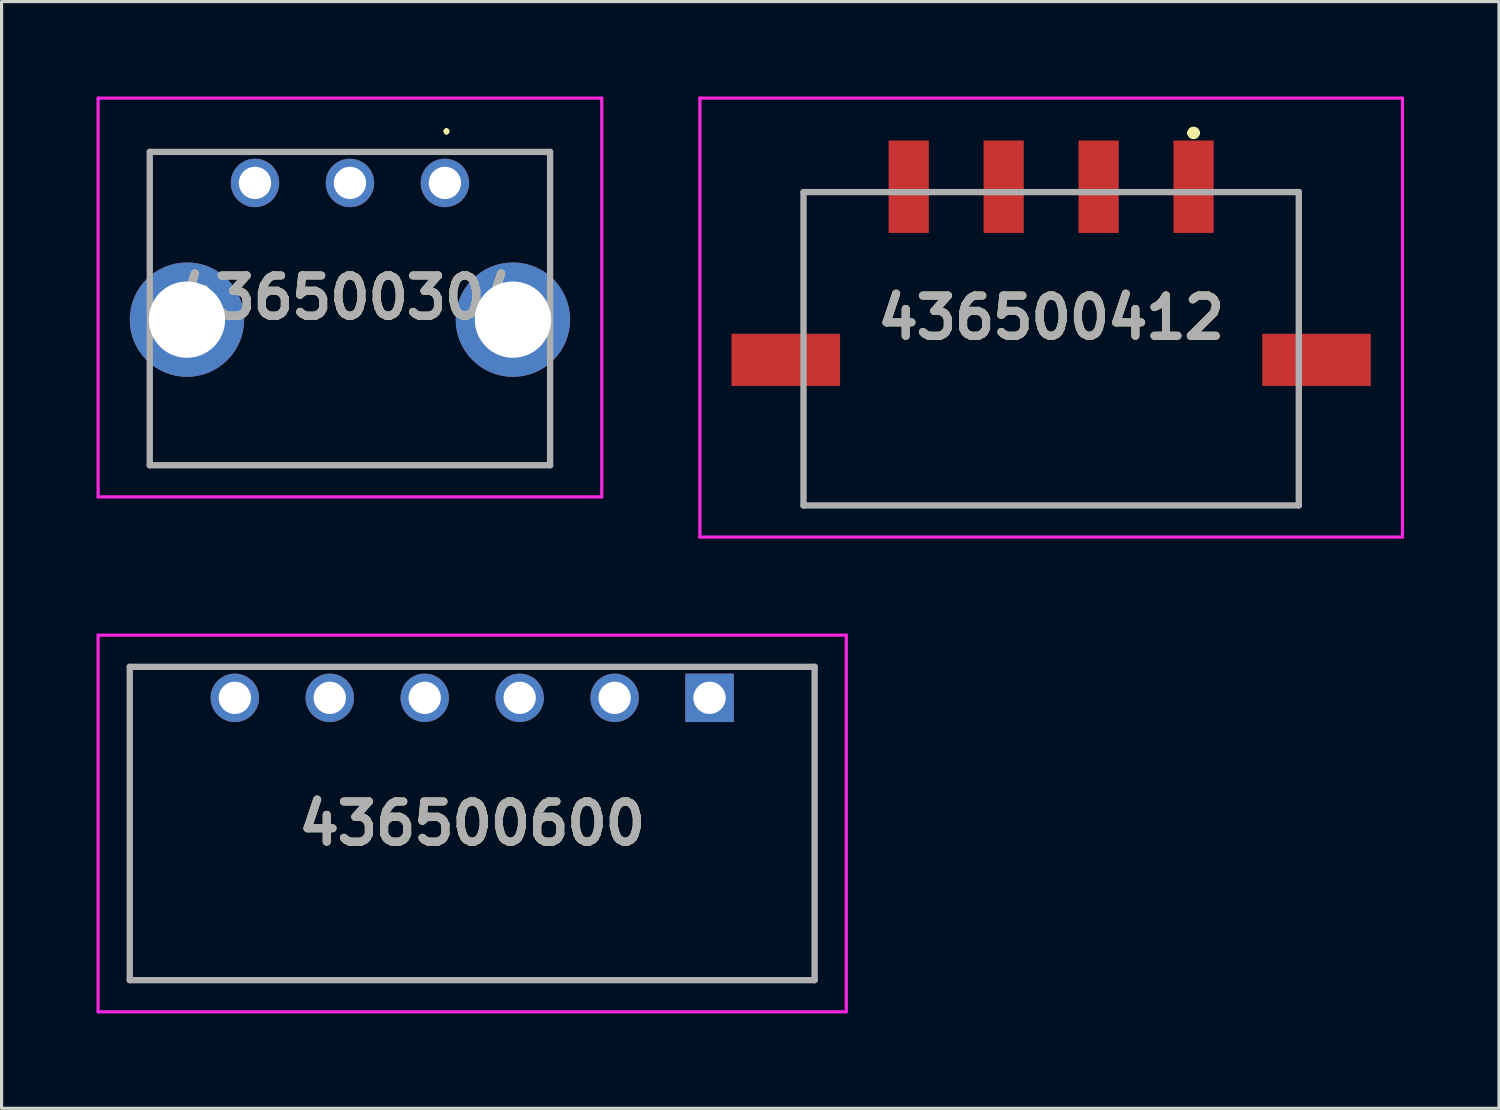
<source format=kicad_pcb>
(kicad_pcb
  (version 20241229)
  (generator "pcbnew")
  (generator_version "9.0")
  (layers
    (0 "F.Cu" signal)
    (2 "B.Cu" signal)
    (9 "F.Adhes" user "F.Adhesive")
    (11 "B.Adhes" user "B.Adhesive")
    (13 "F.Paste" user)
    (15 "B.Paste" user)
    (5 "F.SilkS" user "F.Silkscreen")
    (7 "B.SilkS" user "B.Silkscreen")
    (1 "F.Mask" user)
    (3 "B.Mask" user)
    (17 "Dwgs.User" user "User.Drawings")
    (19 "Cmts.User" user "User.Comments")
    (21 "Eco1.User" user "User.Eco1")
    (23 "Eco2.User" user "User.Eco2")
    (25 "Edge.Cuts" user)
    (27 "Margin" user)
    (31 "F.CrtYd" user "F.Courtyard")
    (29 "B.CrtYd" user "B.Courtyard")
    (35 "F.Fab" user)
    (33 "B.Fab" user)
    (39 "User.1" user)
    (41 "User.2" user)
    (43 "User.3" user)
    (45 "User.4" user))
  (footprint "436500412"
    (layer "F.Cu")
    (at 30.164 6.985)
    (property "Reference" "436500412" (at 0 0 0) (layer "F.SilkS") (effects (font (size 1.27 1.27) (thickness 0.254))))
    (attr smd)
    (fp_line (start -7.825 -3.965) (end -6 -3.965) (stroke (width 0.1) (type solid)) (layer "F.SilkS"))
    (fp_line (start -7.825 -0.135) (end -7.825 -3.965) (stroke (width 0.1) (type solid)) (layer "F.SilkS"))
    (fp_line (start -7.825 2.365) (end -7.825 5.935) (stroke (width 0.1) (type solid)) (layer "F.SilkS"))
    (fp_line (start -7.825 5.935) (end 7.825 5.935) (stroke (width 0.1) (type solid)) (layer "F.SilkS"))
    (fp_line (start 4.4 -5.835) (end 4.4 -5.835) (stroke (width 0.2) (type solid)) (layer "F.SilkS"))
    (fp_line (start 4.6 -5.835) (end 4.6 -5.835) (stroke (width 0.2) (type solid)) (layer "F.SilkS"))
    (fp_line (start 6 -3.965) (end 7.825 -3.965) (stroke (width 0.1) (type solid)) (layer "F.SilkS"))
    (fp_line (start 7.825 -3.965) (end 7.825 -0.135) (stroke (width 0.1) (type solid)) (layer "F.SilkS"))
    (fp_line (start 7.825 5.935) (end 7.825 2.365) (stroke (width 0.1) (type solid)) (layer "F.SilkS"))
    (fp_arc (start 4.4 -5.835) (mid 4.5 -5.935) (end 4.6 -5.835) (stroke (width 0.2) (type solid)) (layer "F.SilkS"))
    (fp_arc (start 4.6 -5.835) (mid 4.5 -5.735) (end 4.4 -5.835) (stroke (width 0.2) (type solid)) (layer "F.SilkS"))
    (fp_line (start -11.1 -6.935) (end 11.1 -6.935) (stroke (width 0.1) (type solid)) (layer "F.CrtYd"))
    (fp_line (start -11.1 6.935) (end -11.1 -6.935) (stroke (width 0.1) (type solid)) (layer "F.CrtYd"))
    (fp_line (start 11.1 -6.935) (end 11.1 6.935) (stroke (width 0.1) (type solid)) (layer "F.CrtYd"))
    (fp_line (start 11.1 6.935) (end -11.1 6.935) (stroke (width 0.1) (type solid)) (layer "F.CrtYd"))
    (fp_line (start -7.825 -3.965) (end 7.825 -3.965) (stroke (width 0.2) (type solid)) (layer "F.Fab"))
    (fp_line (start -7.825 5.935) (end -7.825 -3.965) (stroke (width 0.2) (type solid)) (layer "F.Fab"))
    (fp_line (start 7.825 -3.965) (end 7.825 5.935) (stroke (width 0.2) (type solid)) (layer "F.Fab"))
    (fp_line (start 7.825 5.935) (end -7.825 5.935) (stroke (width 0.2) (type solid)) (layer "F.Fab"))
    (fp_text user "${REFERENCE}" (at 0 0 0) (layer "F.Fab") (effects (font (size 1.27 1.27) (thickness 0.254))))
    (pad "1" smd rect (at 4.5 -4.135) (size 1.27 2.92) (layers "F.Cu" "F.Mask" "F.Paste"))
    (pad "2" smd rect (at 1.5 -4.135) (size 1.27 2.92) (layers "F.Cu" "F.Mask" "F.Paste"))
    (pad "3" smd rect (at -1.5 -4.135) (size 1.27 2.92) (layers "F.Cu" "F.Mask" "F.Paste"))
    (pad "4" smd rect (at -4.5 -4.135) (size 1.27 2.92) (layers "F.Cu" "F.Mask" "F.Paste"))
    (pad "5" smd rect (at -8.385 1.335 90) (size 1.65 3.43) (layers "F.Cu" "F.Mask" "F.Paste"))
    (pad "6" smd rect (at 8.385 1.335 90) (size 1.65 3.43) (layers "F.Cu" "F.Mask" "F.Paste")))
  (footprint "436500600"
    (layer "F.Cu")
    (at 19.37 19)
    (property "Reference" "436500600" (at -7.5 3.97 0) (layer "F.SilkS") (effects (font (size 1.27 1.27) (thickness 0.254))))
    (attr through_hole)
    (fp_line (start -18.32 -0.98) (end -18.32 -0.98) (stroke (width 0.1) (type solid)) (layer "F.SilkS"))
    (fp_line (start -18.32 -0.98) (end -18.32 -0.98) (stroke (width 0.1) (type solid)) (layer "F.SilkS"))
    (fp_line (start -18.32 -0.98) (end -18.32 8.92) (stroke (width 0.1) (type solid)) (layer "F.SilkS"))
    (fp_line (start -18.32 -0.98) (end -16.25 -0.98) (stroke (width 0.1) (type solid)) (layer "F.SilkS"))
    (fp_line (start -18.32 8.92) (end -18.32 -0.98) (stroke (width 0.1) (type solid)) (layer "F.SilkS"))
    (fp_line (start -18.32 8.92) (end -18.32 8.92) (stroke (width 0.1) (type solid)) (layer "F.SilkS"))
    (fp_line (start -18.32 8.92) (end -18.32 8.92) (stroke (width 0.1) (type solid)) (layer "F.SilkS"))
    (fp_line (start -18.32 8.92) (end 3.32 8.92) (stroke (width 0.1) (type solid)) (layer "F.SilkS"))
    (fp_line (start -16.25 -0.98) (end -18.32 -0.98) (stroke (width 0.1) (type solid)) (layer "F.SilkS"))
    (fp_line (start -16.25 -0.98) (end -16.25 -0.98) (stroke (width 0.1) (type solid)) (layer "F.SilkS"))
    (fp_line (start 1.25 -0.98) (end 1.25 -0.98) (stroke (width 0.1) (type solid)) (layer "F.SilkS"))
    (fp_line (start 1.25 -0.98) (end 3.25 -0.98) (stroke (width 0.1) (type solid)) (layer "F.SilkS"))
    (fp_line (start 3.25 -0.98) (end 1.25 -0.98) (stroke (width 0.1) (type solid)) (layer "F.SilkS"))
    (fp_line (start 3.25 -0.98) (end 3.25 -0.98) (stroke (width 0.1) (type solid)) (layer "F.SilkS"))
    (fp_line (start 3.32 -0.98) (end 3.32 -0.98) (stroke (width 0.1) (type solid)) (layer "F.SilkS"))
    (fp_line (start 3.32 -0.98) (end 3.32 8.92) (stroke (width 0.1) (type solid)) (layer "F.SilkS"))
    (fp_line (start 3.32 8.92) (end -18.32 8.92) (stroke (width 0.1) (type solid)) (layer "F.SilkS"))
    (fp_line (start 3.32 8.92) (end 3.32 -0.98) (stroke (width 0.1) (type solid)) (layer "F.SilkS"))
    (fp_line (start 3.32 8.92) (end 3.32 8.92) (stroke (width 0.1) (type solid)) (layer "F.SilkS"))
    (fp_line (start 3.32 8.92) (end 3.32 8.92) (stroke (width 0.1) (type solid)) (layer "F.SilkS"))
    (fp_line (start -19.32 -1.98) (end 4.32 -1.98) (stroke (width 0.1) (type solid)) (layer "F.CrtYd"))
    (fp_line (start -19.32 9.92) (end -19.32 -1.98) (stroke (width 0.1) (type solid)) (layer "F.CrtYd"))
    (fp_line (start 4.32 -1.98) (end 4.32 9.92) (stroke (width 0.1) (type solid)) (layer "F.CrtYd"))
    (fp_line (start 4.32 9.92) (end -19.32 9.92) (stroke (width 0.1) (type solid)) (layer "F.CrtYd"))
    (fp_line (start -18.32 -0.98) (end -18.32 8.92) (stroke (width 0.2) (type solid)) (layer "F.Fab"))
    (fp_line (start -18.32 8.92) (end 3.32 8.92) (stroke (width 0.2) (type solid)) (layer "F.Fab"))
    (fp_line (start 3.32 -0.98) (end -18.32 -0.98) (stroke (width 0.2) (type solid)) (layer "F.Fab"))
    (fp_line (start 3.32 8.92) (end 3.32 -0.98) (stroke (width 0.2) (type solid)) (layer "F.Fab"))
    (fp_text user "${REFERENCE}" (at -7.5 3.97 0) (layer "F.Fab") (effects (font (size 1.27 1.27) (thickness 0.254))))
    (pad "" np_thru_hole circle (at -12.85 4.32) (size 0.001 0.001) (drill 3) (layers "*.Cu" "*.Mask"))
    (pad "" np_thru_hole circle (at -2.15 4.32) (size 0.001 0.001) (drill 3) (layers "*.Cu" "*.Mask"))
    (pad "1" thru_hole rect (at 0 0) (size 1.53 1.53) (drill 1.02) (layers "*.Cu" "*.Mask"))
    (pad "2" thru_hole circle (at -3 0) (size 1.53 1.53) (drill 1.02) (layers "*.Cu" "*.Mask"))
    (pad "3" thru_hole circle (at -6 0) (size 1.53 1.53) (drill 1.02) (layers "*.Cu" "*.Mask"))
    (pad "4" thru_hole circle (at -9 0) (size 1.53 1.53) (drill 1.02) (layers "*.Cu" "*.Mask"))
    (pad "5" thru_hole circle (at -12 0) (size 1.53 1.53) (drill 1.02) (layers "*.Cu" "*.Mask"))
    (pad "6" thru_hole circle (at -15 0) (size 1.53 1.53) (drill 1.02) (layers "*.Cu" "*.Mask")))
  (footprint "436500304"
    (layer "F.Cu")
    (at 11.007 2.73)
    (property "Reference" "436500304" (at -3 3.62 0) (layer "F.SilkS") (effects (font (size 1.27 1.27) (thickness 0.254))))
    (attr through_hole)
    (fp_line (start -9.35 8.92) (end 3.325 8.92) (stroke (width 0.1) (type solid)) (layer "F.SilkS"))
    (fp_line (start -9.325 6.52) (end -9.35 8.92) (stroke (width 0.1) (type solid)) (layer "F.SilkS"))
    (fp_line (start 0.05 -1.68) (end 0.05 -1.68) (stroke (width 0.1) (type solid)) (layer "F.SilkS"))
    (fp_line (start 0.05 -1.58) (end 0.05 -1.58) (stroke (width 0.1) (type solid)) (layer "F.SilkS"))
    (fp_line (start 1.05 -0.98) (end 3.325 -0.98) (stroke (width 0.1) (type solid)) (layer "F.SilkS"))
    (fp_line (start 3.325 -0.98) (end 3.325 2.12) (stroke (width 0.1) (type solid)) (layer "F.SilkS"))
    (fp_line (start 3.325 8.92) (end 3.325 6.52) (stroke (width 0.1) (type solid)) (layer "F.SilkS"))
    (fp_arc (start 0.05 -1.68) (mid 0.1 -1.63) (end 0.05 -1.58) (stroke (width 0.1) (type solid)) (layer "F.SilkS"))
    (fp_arc (start 0.05 -1.58) (mid 0 -1.63) (end 0.05 -1.68) (stroke (width 0.1) (type solid)) (layer "F.SilkS"))
    (fp_line (start -10.957 -2.68) (end 4.957 -2.68) (stroke (width 0.1) (type solid)) (layer "F.CrtYd"))
    (fp_line (start -10.957 9.92) (end -10.957 -2.68) (stroke (width 0.1) (type solid)) (layer "F.CrtYd"))
    (fp_line (start 4.957 -2.68) (end 4.957 9.92) (stroke (width 0.1) (type solid)) (layer "F.CrtYd"))
    (fp_line (start 4.957 9.92) (end -10.957 9.92) (stroke (width 0.1) (type solid)) (layer "F.CrtYd"))
    (fp_line (start -9.325 -0.98) (end 3.325 -0.98) (stroke (width 0.2) (type solid)) (layer "F.Fab"))
    (fp_line (start -9.325 8.92) (end -9.325 -0.98) (stroke (width 0.2) (type solid)) (layer "F.Fab"))
    (fp_line (start 3.325 -0.98) (end 3.325 8.92) (stroke (width 0.2) (type solid)) (layer "F.Fab"))
    (fp_line (start 3.325 8.92) (end -9.325 8.92) (stroke (width 0.2) (type solid)) (layer "F.Fab"))
    (fp_text user "${REFERENCE}" (at -3 3.62 0) (layer "F.Fab") (effects (font (size 1.27 1.27) (thickness 0.254))))
    (pad "1" thru_hole circle (at 0 0) (size 1.53 1.53) (drill 1.02) (layers "*.Cu" "*.Mask"))
    (pad "2" thru_hole circle (at -3 0) (size 1.53 1.53) (drill 1.02) (layers "*.Cu" "*.Mask"))
    (pad "3" thru_hole circle (at -6 0) (size 1.53 1.53) (drill 1.02) (layers "*.Cu" "*.Mask"))
    (pad "MH1" thru_hole circle (at 2.15 4.32) (size 3.615 3.615) (drill 2.41) (layers "*.Cu" "*.Mask"))
    (pad "MH2" thru_hole circle (at -8.15 4.32) (size 3.615 3.615) (drill 2.41) (layers "*.Cu" "*.Mask")))
  (gr_rect
    (start -3 -3)
    (end 44.314 31.97)
    (stroke (width 0.1) (type default))
    (fill no)
    (layer "Edge.Cuts")))
</source>
